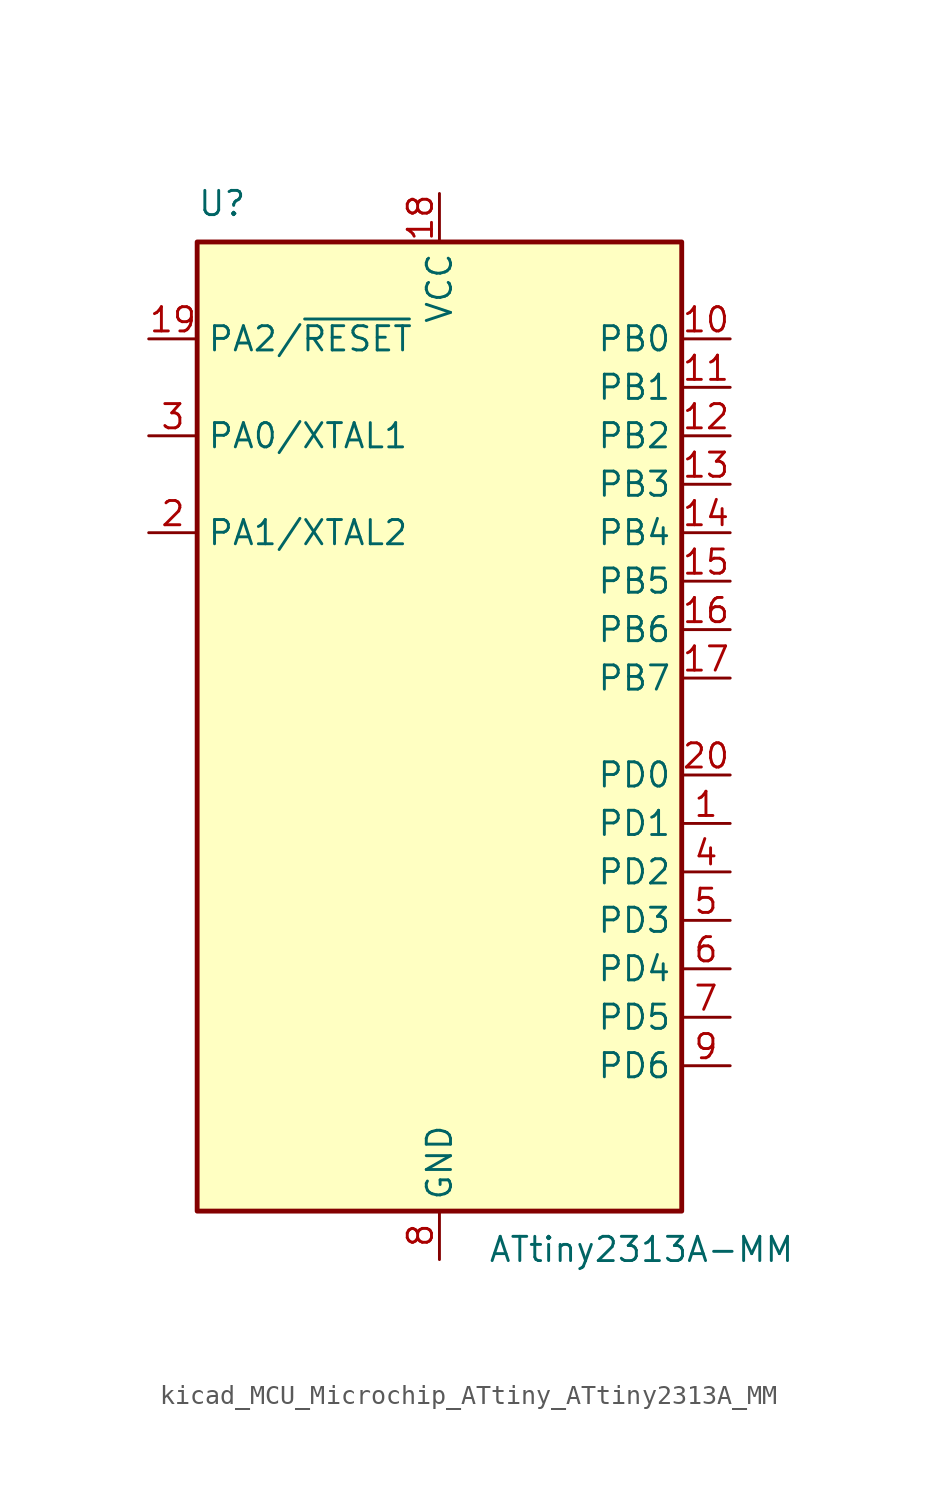
<source format=kicad_sym>
(kicad_symbol_lib
  (version 20220914)
  (generator kicad_symbol_editor)
  (symbol "kicad_MCU_Microchip_ATtiny_ATtiny2313A_MM"
    (property "Reference" "U"
      (at -12.7 26.67 0)
      (effects (font (size 1.27 1.27)) (justify left bottom)))
    (property "Value" "ATtiny2313A-MM"
      (at 2.54 -26.67 0)
      (effects (font (size 1.27 1.27)) (justify left top)))
    (symbol "kicad_MCU_Microchip_ATtiny_ATtiny2313A_MM_0_1"
      (rectangle (start -12.7 -25.4) (end 12.7 25.4) (stroke (width 0.254) (type default)) (fill (type background))))
    (symbol "kicad_MCU_Microchip_ATtiny_ATtiny2313A_MM_1_1"
      (pin bidirectional line (at 15.24 -5.08 180) (length 2.54) (name "PD1" (effects (font (size 1.27 1.27)))) (number "1" (effects (font (size 1.27 1.27)))))
      (pin bidirectional line (at 15.24 20.32 180) (length 2.54) (name "PB0" (effects (font (size 1.27 1.27)))) (number "10" (effects (font (size 1.27 1.27)))))
      (pin bidirectional line (at 15.24 17.78 180) (length 2.54) (name "PB1" (effects (font (size 1.27 1.27)))) (number "11" (effects (font (size 1.27 1.27)))))
      (pin bidirectional line (at 15.24 15.24 180) (length 2.54) (name "PB2" (effects (font (size 1.27 1.27)))) (number "12" (effects (font (size 1.27 1.27)))))
      (pin bidirectional line (at 15.24 12.7 180) (length 2.54) (name "PB3" (effects (font (size 1.27 1.27)))) (number "13" (effects (font (size 1.27 1.27)))))
      (pin bidirectional line (at 15.24 10.16 180) (length 2.54) (name "PB4" (effects (font (size 1.27 1.27)))) (number "14" (effects (font (size 1.27 1.27)))))
      (pin bidirectional line (at 15.24 7.62 180) (length 2.54) (name "PB5" (effects (font (size 1.27 1.27)))) (number "15" (effects (font (size 1.27 1.27)))))
      (pin bidirectional line (at 15.24 5.08 180) (length 2.54) (name "PB6" (effects (font (size 1.27 1.27)))) (number "16" (effects (font (size 1.27 1.27)))))
      (pin bidirectional line (at 15.24 2.54 180) (length 2.54) (name "PB7" (effects (font (size 1.27 1.27)))) (number "17" (effects (font (size 1.27 1.27)))))
      (pin power_in line (at 0 27.94 270) (length 2.54) (name "VCC" (effects (font (size 1.27 1.27)))) (number "18" (effects (font (size 1.27 1.27)))))
      (pin bidirectional line (at -15.24 20.32 0) (length 2.54) (name "PA2/~{RESET}" (effects (font (size 1.27 1.27)))) (number "19" (effects (font (size 1.27 1.27)))))
      (pin bidirectional line (at -15.24 10.16 0) (length 2.54) (name "PA1/XTAL2" (effects (font (size 1.27 1.27)))) (number "2" (effects (font (size 1.27 1.27)))))
      (pin bidirectional line (at 15.24 -2.54 180) (length 2.54) (name "PD0" (effects (font (size 1.27 1.27)))) (number "20" (effects (font (size 1.27 1.27)))))
      (pin passive line (at 0 -27.94 90) (length 2.54) hide (name "GND" (effects (font (size 1.27 1.27)))) (number "21" (effects (font (size 1.27 1.27)))))
      (pin bidirectional line (at -15.24 15.24 0) (length 2.54) (name "PA0/XTAL1" (effects (font (size 1.27 1.27)))) (number "3" (effects (font (size 1.27 1.27)))))
      (pin bidirectional line (at 15.24 -7.62 180) (length 2.54) (name "PD2" (effects (font (size 1.27 1.27)))) (number "4" (effects (font (size 1.27 1.27)))))
      (pin bidirectional line (at 15.24 -10.16 180) (length 2.54) (name "PD3" (effects (font (size 1.27 1.27)))) (number "5" (effects (font (size 1.27 1.27)))))
      (pin bidirectional line (at 15.24 -12.7 180) (length 2.54) (name "PD4" (effects (font (size 1.27 1.27)))) (number "6" (effects (font (size 1.27 1.27)))))
      (pin bidirectional line (at 15.24 -15.24 180) (length 2.54) (name "PD5" (effects (font (size 1.27 1.27)))) (number "7" (effects (font (size 1.27 1.27)))))
      (pin power_in line (at 0 -27.94 90) (length 2.54) (name "GND" (effects (font (size 1.27 1.27)))) (number "8" (effects (font (size 1.27 1.27)))))
      (pin bidirectional line (at 15.24 -17.78 180) (length 2.54) (name "PD6" (effects (font (size 1.27 1.27)))) (number "9" (effects (font (size 1.27 1.27))))))))
</source>
